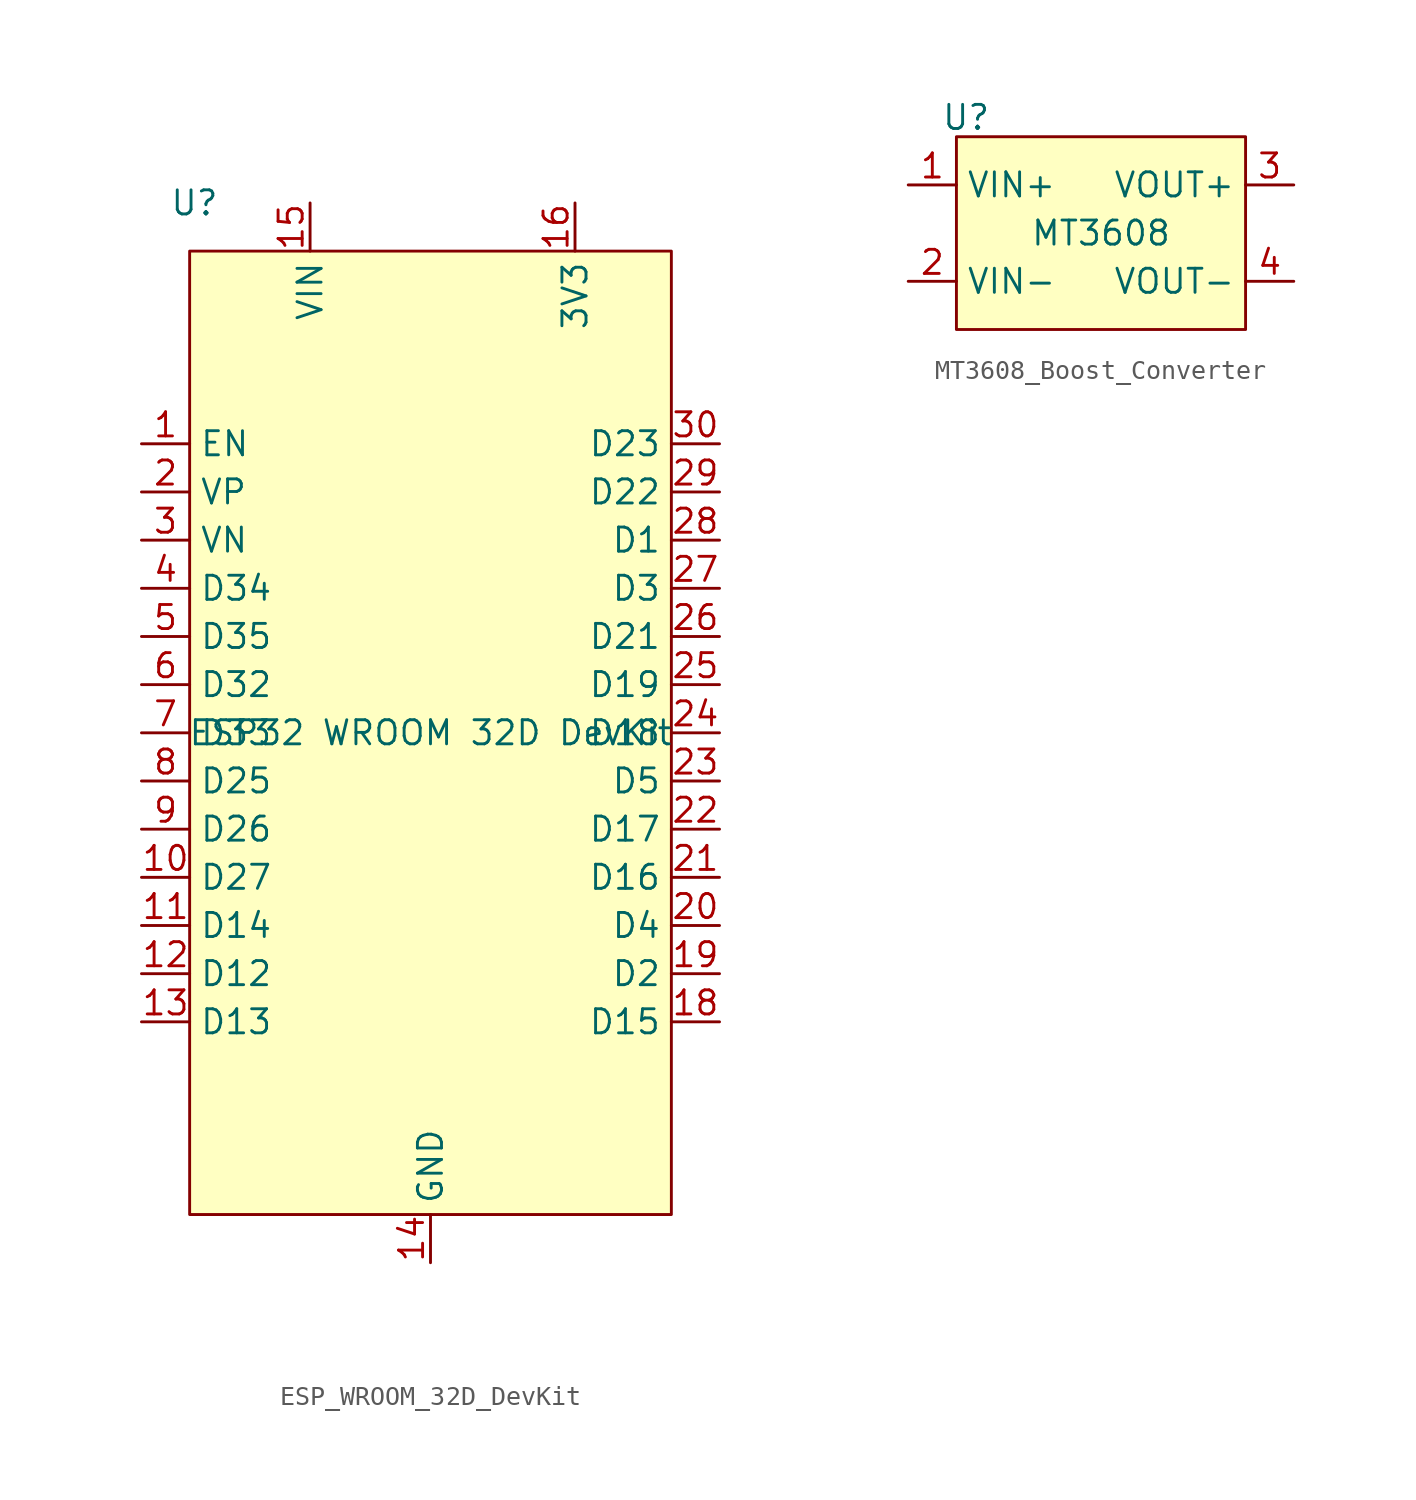
<source format=kicad_sym>
(kicad_symbol_lib
  (version 20241209)
  (generator "kicad_symbol_editor")
  (generator_version "9.0")
  (symbol "ESP_WROOM_32D_DevKit"
    (property "Reference" "U"
      (at -12.446 27.94 0)
      (effects (font (size 1.27 1.27))))
    (property "Value" "ESP32 WROOM 32D DevKit"
      (at 0 0 0)
      (effects (font (size 1.27 1.27))))
    (symbol "ESP_WROOM_32D_DevKit_1_1"
      (rectangle (start -12.7 25.4) (end 12.7 -25.4) (stroke (width 0) (type solid)) (fill (type background)))
      (pin bidirectional line (at -15.24 15.24 0) (length 2.54) (name "EN" (effects (font (size 1.27 1.27)))) (number "1" (effects (font (size 1.27 1.27)))))
      (pin bidirectional line (at -15.24 12.7 0) (length 2.54) (name "VP" (effects (font (size 1.27 1.27)))) (number "2" (effects (font (size 1.27 1.27)))))
      (pin bidirectional line (at -15.24 10.16 0) (length 2.54) (name "VN" (effects (font (size 1.27 1.27)))) (number "3" (effects (font (size 1.27 1.27)))))
      (pin bidirectional line (at -15.24 7.62 0) (length 2.54) (name "D34" (effects (font (size 1.27 1.27)))) (number "4" (effects (font (size 1.27 1.27)))))
      (pin bidirectional line (at -15.24 5.08 0) (length 2.54) (name "D35" (effects (font (size 1.27 1.27)))) (number "5" (effects (font (size 1.27 1.27)))))
      (pin bidirectional line (at -15.24 2.54 0) (length 2.54) (name "D32" (effects (font (size 1.27 1.27)))) (number "6" (effects (font (size 1.27 1.27)))))
      (pin bidirectional line (at -15.24 0 0) (length 2.54) (name "D33" (effects (font (size 1.27 1.27)))) (number "7" (effects (font (size 1.27 1.27)))))
      (pin bidirectional line (at -15.24 -2.54 0) (length 2.54) (name "D25" (effects (font (size 1.27 1.27)))) (number "8" (effects (font (size 1.27 1.27)))))
      (pin bidirectional line (at -15.24 -5.08 0) (length 2.54) (name "D26" (effects (font (size 1.27 1.27)))) (number "9" (effects (font (size 1.27 1.27)))))
      (pin bidirectional line (at -15.24 -7.62 0) (length 2.54) (name "D27" (effects (font (size 1.27 1.27)))) (number "10" (effects (font (size 1.27 1.27)))))
      (pin bidirectional line (at -15.24 -10.16 0) (length 2.54) (name "D14" (effects (font (size 1.27 1.27)))) (number "11" (effects (font (size 1.27 1.27)))))
      (pin bidirectional line (at -15.24 -12.7 0) (length 2.54) (name "D12" (effects (font (size 1.27 1.27)))) (number "12" (effects (font (size 1.27 1.27)))))
      (pin bidirectional line (at -15.24 -15.24 0) (length 2.54) (name "D13" (effects (font (size 1.27 1.27)))) (number "13" (effects (font (size 1.27 1.27)))))
      (pin power_out line (at -6.35 27.94 270) (length 2.54) (name "VIN" (effects (font (size 1.27 1.27)))) (number "15" (effects (font (size 1.27 1.27)))))
      (pin power_out line (at 0 -27.94 90) (length 2.54) (name "GND" (effects (font (size 1.27 1.27)))) (number "14" (effects (font (size 1.27 1.27)))))
      (pin power_out line (at 0 -27.94 90) (length 2.54) (hide yes) (name "GND" (effects (font (size 1.27 1.27)))) (number "17" (effects (font (size 1.27 1.27)))))
      (pin power_out line (at 7.62 27.94 270) (length 2.54) (name "3V3" (effects (font (size 1.27 1.27)))) (number "16" (effects (font (size 1.27 1.27)))))
      (pin bidirectional line (at 15.24 15.24 180) (length 2.54) (name "D23" (effects (font (size 1.27 1.27)))) (number "30" (effects (font (size 1.27 1.27)))))
      (pin bidirectional line (at 15.24 12.7 180) (length 2.54) (name "D22" (effects (font (size 1.27 1.27)))) (number "29" (effects (font (size 1.27 1.27)))))
      (pin bidirectional line (at 15.24 10.16 180) (length 2.54) (name "D1" (effects (font (size 1.27 1.27)))) (number "28" (effects (font (size 1.27 1.27)))))
      (pin bidirectional line (at 15.24 7.62 180) (length 2.54) (name "D3" (effects (font (size 1.27 1.27)))) (number "27" (effects (font (size 1.27 1.27)))))
      (pin bidirectional line (at 15.24 5.08 180) (length 2.54) (name "D21" (effects (font (size 1.27 1.27)))) (number "26" (effects (font (size 1.27 1.27)))))
      (pin bidirectional line (at 15.24 2.54 180) (length 2.54) (name "D19" (effects (font (size 1.27 1.27)))) (number "25" (effects (font (size 1.27 1.27)))))
      (pin bidirectional line (at 15.24 0 180) (length 2.54) (name "D18" (effects (font (size 1.27 1.27)))) (number "24" (effects (font (size 1.27 1.27)))))
      (pin bidirectional line (at 15.24 -2.54 180) (length 2.54) (name "D5" (effects (font (size 1.27 1.27)))) (number "23" (effects (font (size 1.27 1.27)))))
      (pin bidirectional line (at 15.24 -5.08 180) (length 2.54) (name "D17" (effects (font (size 1.27 1.27)))) (number "22" (effects (font (size 1.27 1.27)))))
      (pin bidirectional line (at 15.24 -7.62 180) (length 2.54) (name "D16" (effects (font (size 1.27 1.27)))) (number "21" (effects (font (size 1.27 1.27)))))
      (pin bidirectional line (at 15.24 -10.16 180) (length 2.54) (name "D4" (effects (font (size 1.27 1.27)))) (number "20" (effects (font (size 1.27 1.27)))))
      (pin bidirectional line (at 15.24 -12.7 180) (length 2.54) (name "D2" (effects (font (size 1.27 1.27)))) (number "19" (effects (font (size 1.27 1.27)))))
      (pin bidirectional line (at 15.24 -15.24 180) (length 2.54) (name "D15" (effects (font (size 1.27 1.27)))) (number "18" (effects (font (size 1.27 1.27)))))))
  (symbol "MT3608_Boost_Converter"
    (property "Reference" "U"
      (at -7.112 6.096 0)
      (effects (font (size 1.27 1.27))))
    (property "Value" "MT3608"
      (at 0 0 0)
      (effects (font (size 1.27 1.27))))
    (symbol "MT3608_Boost_Converter_1_1"
      (rectangle (start -7.62 5.08) (end 7.62 -5.08) (stroke (width 0) (type solid)) (fill (type background)))
      (pin input line (at -10.16 2.54 0) (length 2.54) (name "VIN+" (effects (font (size 1.27 1.27)))) (number "1" (effects (font (size 1.27 1.27)))))
      (pin input line (at -10.16 -2.54 0) (length 2.54) (name "VIN-" (effects (font (size 1.27 1.27)))) (number "2" (effects (font (size 1.27 1.27)))))
      (pin input line (at 10.16 2.54 180) (length 2.54) (name "VOUT+" (effects (font (size 1.27 1.27)))) (number "3" (effects (font (size 1.27 1.27)))))
      (pin input line (at 10.16 -2.54 180) (length 2.54) (name "VOUT-" (effects (font (size 1.27 1.27)))) (number "4" (effects (font (size 1.27 1.27))))))))
</source>
